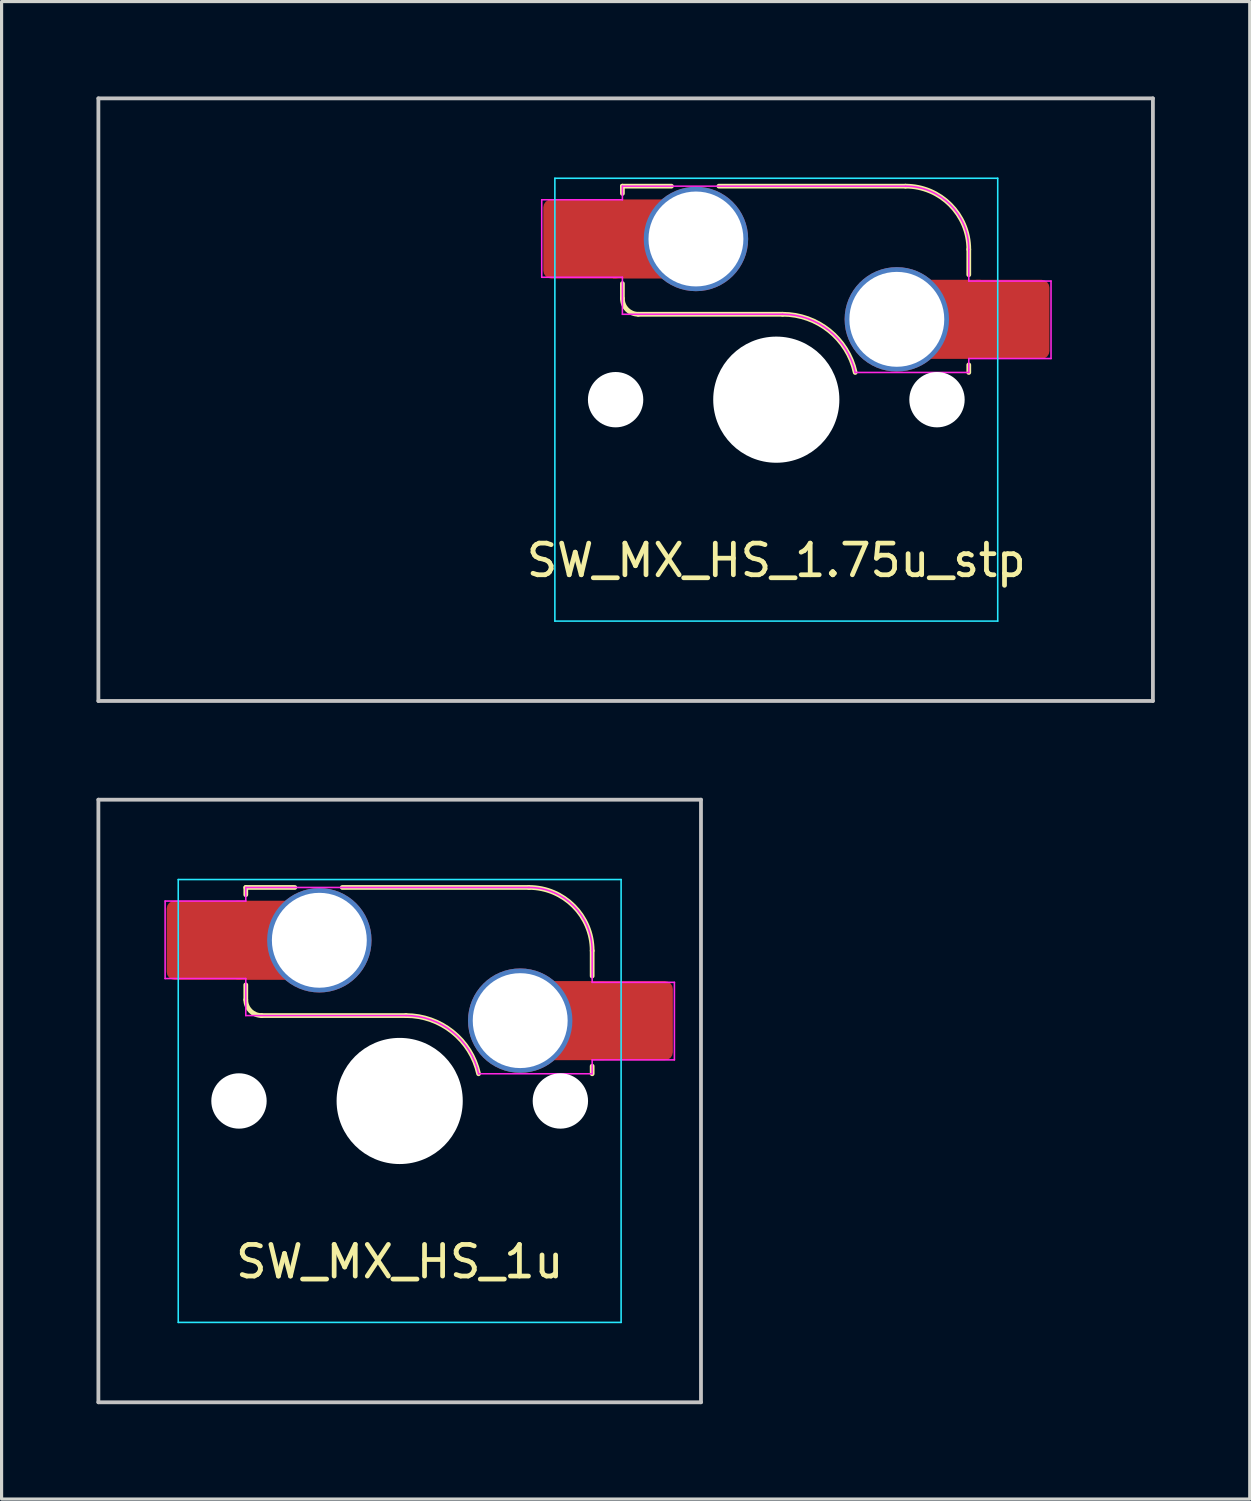
<source format=kicad_pcb>
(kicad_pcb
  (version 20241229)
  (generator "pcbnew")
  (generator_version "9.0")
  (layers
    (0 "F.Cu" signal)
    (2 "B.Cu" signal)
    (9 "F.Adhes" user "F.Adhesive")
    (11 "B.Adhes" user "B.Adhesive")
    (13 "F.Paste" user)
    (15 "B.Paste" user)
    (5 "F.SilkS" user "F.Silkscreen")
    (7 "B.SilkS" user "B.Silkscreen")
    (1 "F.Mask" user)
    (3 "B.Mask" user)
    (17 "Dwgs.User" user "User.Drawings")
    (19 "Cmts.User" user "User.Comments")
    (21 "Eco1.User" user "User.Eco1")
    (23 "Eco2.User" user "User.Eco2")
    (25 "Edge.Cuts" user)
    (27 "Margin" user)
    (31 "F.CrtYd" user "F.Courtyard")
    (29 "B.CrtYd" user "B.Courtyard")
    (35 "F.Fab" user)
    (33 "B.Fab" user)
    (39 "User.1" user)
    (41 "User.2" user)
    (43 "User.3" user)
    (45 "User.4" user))
  (footprint "SW_MX_HS_1.75u_stp"
    (layer "F.Cu")
    (at 21.491 9.585)
    (property "Reference" "SW_MX_HS_1.75u_stp" (at 0 5.08 0) (layer "F.SilkS") (effects (font (size 1 1) (thickness 0.15))))
    (attr smd)
    (fp_line (start -4.865 -6.75) (end -4.865 -6.52) (stroke (width 0.15) (type solid)) (layer "F.SilkS"))
    (fp_line (start -4.865 -3.67) (end -4.865 -3.2) (stroke (width 0.15) (type solid)) (layer "F.SilkS"))
    (fp_line (start -4.365 -2.7) (end 0.2 -2.7) (stroke (width 0.15) (type solid)) (layer "F.SilkS"))
    (fp_line (start -3.315 -6.75) (end -4.865 -6.75) (stroke (width 0.15) (type solid)) (layer "F.SilkS"))
    (fp_line (start 4.085 -6.75) (end -1.815 -6.75) (stroke (width 0.15) (type solid)) (layer "F.SilkS"))
    (fp_line (start 6.085 -3.95) (end 6.085 -4.75) (stroke (width 0.15) (type solid)) (layer "F.SilkS"))
    (fp_line (start 6.085 -1.1) (end 6.085 -0.86) (stroke (width 0.15) (type solid)) (layer "F.SilkS"))
    (fp_arc (start -4.364824 -2.70022) (mid -4.718377 -2.846667) (end -4.864824 -3.20022) (stroke (width 0.15) (type solid)) (layer "F.SilkS"))
    (fp_arc (start 0.2 -2.70022) (mid 1.670693 -2.183637) (end 2.494322 -0.86022) (stroke (width 0.15) (type solid)) (layer "F.SilkS"))
    (fp_arc (start 4.085176 -6.75022) (mid 5.49939 -6.164434) (end 6.085176 -4.75022) (stroke (width 0.15) (type solid)) (layer "F.SilkS"))
    (fp_line (start -21.431 -9.525) (end 11.906 -9.525) (stroke (width 0.12) (type solid)) (layer "Dwgs.User"))
    (fp_line (start -21.431 9.525) (end -21.431 -9.525) (stroke (width 0.12) (type solid)) (layer "Dwgs.User"))
    (fp_line (start 11.906 -9.525) (end 11.906 9.525) (stroke (width 0.12) (type solid)) (layer "Dwgs.User"))
    (fp_line (start 11.906 9.525) (end -21.431 9.525) (stroke (width 0.12) (type solid)) (layer "Dwgs.User"))
    (fp_line (start -7 -6.5) (end -7 6.5) (stroke (width 0.05) (type solid)) (layer "Eco2.User"))
    (fp_line (start -6.5 7) (end 6.5 7) (stroke (width 0.05) (type solid)) (layer "Eco2.User"))
    (fp_line (start 6.5 -7) (end -6.5 -7) (stroke (width 0.05) (type solid)) (layer "Eco2.User"))
    (fp_line (start 7 6.5) (end 7 -6.5) (stroke (width 0.05) (type solid)) (layer "Eco2.User"))
    (fp_arc (start -7 -6.5) (mid -6.853553 -6.853553) (end -6.5 -7) (stroke (width 0.05) (type solid)) (layer "Eco2.User"))
    (fp_arc (start -6.497236 6.998884) (mid -6.850789 6.852437) (end -6.997236 6.498884) (stroke (width 0.05) (type solid)) (layer "Eco2.User"))
    (fp_arc (start 6.5 -7) (mid 6.853553 -6.853553) (end 7 -6.5) (stroke (width 0.05) (type solid)) (layer "Eco2.User"))
    (fp_arc (start 7 6.5) (mid 6.853553 6.853553) (end 6.5 7) (stroke (width 0.05) (type solid)) (layer "Eco2.User"))
    (fp_line (start -7 -7) (end 7 -7) (stroke (width 0.05) (type solid)) (layer "B.CrtYd"))
    (fp_line (start -7 7) (end -7 -7) (stroke (width 0.05) (type solid)) (layer "B.CrtYd"))
    (fp_line (start 7 -7) (end 7 7) (stroke (width 0.05) (type solid)) (layer "B.CrtYd"))
    (fp_line (start 7 7) (end -7 7) (stroke (width 0.05) (type solid)) (layer "B.CrtYd"))
    (fp_line (start -7.415 -6.32) (end -4.865 -6.32) (stroke (width 0.05) (type solid)) (layer "F.CrtYd"))
    (fp_line (start -7.415 -3.87) (end -7.415 -6.32) (stroke (width 0.05) (type solid)) (layer "F.CrtYd"))
    (fp_line (start -4.865 -6.75) (end -4.865 -6.32) (stroke (width 0.05) (type solid)) (layer "F.CrtYd"))
    (fp_line (start -4.865 -3.87) (end -7.415 -3.87) (stroke (width 0.05) (type solid)) (layer "F.CrtYd"))
    (fp_line (start -4.865 -3.87) (end -4.865 -2.7) (stroke (width 0.05) (type solid)) (layer "F.CrtYd"))
    (fp_line (start -4.865 -2.7) (end 0.2 -2.7) (stroke (width 0.05) (type solid)) (layer "F.CrtYd"))
    (fp_line (start 4.085 -6.75) (end -4.865 -6.75) (stroke (width 0.05) (type solid)) (layer "F.CrtYd"))
    (fp_line (start 6.085 -3.75) (end 6.085 -4.75) (stroke (width 0.05) (type solid)) (layer "F.CrtYd"))
    (fp_line (start 6.085 -3.75) (end 8.685 -3.75) (stroke (width 0.05) (type solid)) (layer "F.CrtYd"))
    (fp_line (start 6.085 -1.3) (end 6.085 -0.86) (stroke (width 0.05) (type solid)) (layer "F.CrtYd"))
    (fp_line (start 6.085 -0.86) (end 2.494 -0.86) (stroke (width 0.05) (type solid)) (layer "F.CrtYd"))
    (fp_line (start 8.685 -3.75) (end 8.685 -1.3) (stroke (width 0.05) (type solid)) (layer "F.CrtYd"))
    (fp_line (start 8.685 -1.3) (end 6.085 -1.3) (stroke (width 0.05) (type solid)) (layer "F.CrtYd"))
    (fp_arc (start 0.2 -2.70022) (mid 1.670503 -2.183399) (end 2.494322 -0.86022) (stroke (width 0.05) (type solid)) (layer "F.CrtYd"))
    (fp_arc (start 4.085176 -6.75022) (mid 5.49939 -6.164434) (end 6.085176 -4.75022) (stroke (width 0.05) (type solid)) (layer "F.CrtYd"))
    (pad "" np_thru_hole circle (at -5.08 0) (size 1.75 1.75) (drill 1.75) (layers "*.Cu" "*.Mask"))
    (pad "" np_thru_hole circle (at 0 0) (size 3.988 3.988) (drill 3.988) (layers "*.Cu" "*.Mask"))
    (pad "" np_thru_hole circle (at 5.08 0) (size 1.75 1.75) (drill 1.75) (layers "*.Cu" "*.Mask"))
    (pad "1" thru_hole circle (at 3.81 -2.54) (size 3.3 3.3) (drill 3) (layers "*.Cu" "*.Mask"))
    (pad "1" smd rect (at 5.635 -2.54 180) (size 1.65 2.5) (layers "F.Cu"))
    (pad "1" smd roundrect (at 7.36 -2.54) (size 2.55 2.5) (layers "F.Cu" "F.Mask" "F.Paste") (roundrect_rratio 0.1))
    (pad "2" smd roundrect (at -6.09 -5.08) (size 2.55 2.5) (layers "F.Cu" "F.Mask" "F.Paste") (roundrect_rratio 0.1))
    (pad "2" smd rect (at -4.34 -5.08) (size 1.65 2.5) (layers "F.Cu"))
    (pad "2" thru_hole circle (at -2.54 -5.08) (size 3.3 3.3) (drill 3) (layers "*.Cu" "*.Mask")))
  (footprint "SW_MX_HS_1u"
    (layer "F.Cu")
    (at 9.585 31.755)
    (property "Reference" "SW_MX_HS_1u" (at 0 5.08 0) (layer "F.SilkS") (effects (font (size 1 1) (thickness 0.15))))
    (attr smd)
    (fp_line (start -4.865 -6.75) (end -4.865 -6.52) (stroke (width 0.15) (type solid)) (layer "F.SilkS"))
    (fp_line (start -4.865 -3.67) (end -4.865 -3.2) (stroke (width 0.15) (type solid)) (layer "F.SilkS"))
    (fp_line (start -4.365 -2.7) (end 0.2 -2.7) (stroke (width 0.15) (type solid)) (layer "F.SilkS"))
    (fp_line (start -3.315 -6.75) (end -4.865 -6.75) (stroke (width 0.15) (type solid)) (layer "F.SilkS"))
    (fp_line (start 4.085 -6.75) (end -1.815 -6.75) (stroke (width 0.15) (type solid)) (layer "F.SilkS"))
    (fp_line (start 6.085 -3.95) (end 6.085 -4.75) (stroke (width 0.15) (type solid)) (layer "F.SilkS"))
    (fp_line (start 6.085 -1.1) (end 6.085 -0.86) (stroke (width 0.15) (type solid)) (layer "F.SilkS"))
    (fp_arc (start -4.364824 -2.70022) (mid -4.718377 -2.846667) (end -4.864824 -3.20022) (stroke (width 0.15) (type solid)) (layer "F.SilkS"))
    (fp_arc (start 0.2 -2.70022) (mid 1.670693 -2.183637) (end 2.494322 -0.86022) (stroke (width 0.15) (type solid)) (layer "F.SilkS"))
    (fp_arc (start 4.085176 -6.75022) (mid 5.49939 -6.164434) (end 6.085176 -4.75022) (stroke (width 0.15) (type solid)) (layer "F.SilkS"))
    (fp_line (start -9.525 -9.525) (end 9.525 -9.525) (stroke (width 0.12) (type solid)) (layer "Dwgs.User"))
    (fp_line (start -9.525 9.525) (end -9.525 -9.525) (stroke (width 0.12) (type solid)) (layer "Dwgs.User"))
    (fp_line (start 9.525 -9.525) (end 9.525 9.525) (stroke (width 0.12) (type solid)) (layer "Dwgs.User"))
    (fp_line (start 9.525 9.525) (end -9.525 9.525) (stroke (width 0.12) (type solid)) (layer "Dwgs.User"))
    (fp_line (start -7 -6.5) (end -7 6.5) (stroke (width 0.05) (type solid)) (layer "Eco2.User"))
    (fp_line (start -6.5 7) (end 6.5 7) (stroke (width 0.05) (type solid)) (layer "Eco2.User"))
    (fp_line (start 6.5 -7) (end -6.5 -7) (stroke (width 0.05) (type solid)) (layer "Eco2.User"))
    (fp_line (start 7 6.5) (end 7 -6.5) (stroke (width 0.05) (type solid)) (layer "Eco2.User"))
    (fp_arc (start -7 -6.5) (mid -6.853553 -6.853553) (end -6.5 -7) (stroke (width 0.05) (type solid)) (layer "Eco2.User"))
    (fp_arc (start -6.497236 6.998884) (mid -6.850789 6.852437) (end -6.997236 6.498884) (stroke (width 0.05) (type solid)) (layer "Eco2.User"))
    (fp_arc (start 6.5 -7) (mid 6.853553 -6.853553) (end 7 -6.5) (stroke (width 0.05) (type solid)) (layer "Eco2.User"))
    (fp_arc (start 7 6.5) (mid 6.853553 6.853553) (end 6.5 7) (stroke (width 0.05) (type solid)) (layer "Eco2.User"))
    (fp_line (start -7 -7) (end 7 -7) (stroke (width 0.05) (type solid)) (layer "B.CrtYd"))
    (fp_line (start -7 7) (end -7 -7) (stroke (width 0.05) (type solid)) (layer "B.CrtYd"))
    (fp_line (start 7 -7) (end 7 7) (stroke (width 0.05) (type solid)) (layer "B.CrtYd"))
    (fp_line (start 7 7) (end -7 7) (stroke (width 0.05) (type solid)) (layer "B.CrtYd"))
    (fp_line (start -7.415 -6.32) (end -4.865 -6.32) (stroke (width 0.05) (type solid)) (layer "F.CrtYd"))
    (fp_line (start -7.415 -3.87) (end -7.415 -6.32) (stroke (width 0.05) (type solid)) (layer "F.CrtYd"))
    (fp_line (start -4.865 -6.75) (end -4.865 -6.32) (stroke (width 0.05) (type solid)) (layer "F.CrtYd"))
    (fp_line (start -4.865 -3.87) (end -7.415 -3.87) (stroke (width 0.05) (type solid)) (layer "F.CrtYd"))
    (fp_line (start -4.865 -3.87) (end -4.865 -2.7) (stroke (width 0.05) (type solid)) (layer "F.CrtYd"))
    (fp_line (start -4.865 -2.7) (end 0.2 -2.7) (stroke (width 0.05) (type solid)) (layer "F.CrtYd"))
    (fp_line (start 4.085 -6.75) (end -4.865 -6.75) (stroke (width 0.05) (type solid)) (layer "F.CrtYd"))
    (fp_line (start 6.085 -3.75) (end 6.085 -4.75) (stroke (width 0.05) (type solid)) (layer "F.CrtYd"))
    (fp_line (start 6.085 -3.75) (end 8.685 -3.75) (stroke (width 0.05) (type solid)) (layer "F.CrtYd"))
    (fp_line (start 6.085 -1.3) (end 6.085 -0.86) (stroke (width 0.05) (type solid)) (layer "F.CrtYd"))
    (fp_line (start 6.085 -0.86) (end 2.494 -0.86) (stroke (width 0.05) (type solid)) (layer "F.CrtYd"))
    (fp_line (start 8.685 -3.75) (end 8.685 -1.3) (stroke (width 0.05) (type solid)) (layer "F.CrtYd"))
    (fp_line (start 8.685 -1.3) (end 6.085 -1.3) (stroke (width 0.05) (type solid)) (layer "F.CrtYd"))
    (fp_arc (start 0.2 -2.70022) (mid 1.670503 -2.183399) (end 2.494322 -0.86022) (stroke (width 0.05) (type solid)) (layer "F.CrtYd"))
    (fp_arc (start 4.085176 -6.75022) (mid 5.49939 -6.164434) (end 6.085176 -4.75022) (stroke (width 0.05) (type solid)) (layer "F.CrtYd"))
    (pad "" np_thru_hole circle (at -5.08 0) (size 1.75 1.75) (drill 1.75) (layers "*.Cu" "*.Mask"))
    (pad "" np_thru_hole circle (at 0 0) (size 3.988 3.988) (drill 3.988) (layers "*.Cu" "*.Mask"))
    (pad "" np_thru_hole circle (at 5.08 0) (size 1.75 1.75) (drill 1.75) (layers "*.Cu" "*.Mask"))
    (pad "1" thru_hole circle (at 3.81 -2.54) (size 3.3 3.3) (drill 3) (layers "*.Cu" "*.Mask"))
    (pad "1" smd rect (at 5.635 -2.54 180) (size 1.65 2.5) (layers "F.Cu"))
    (pad "1" smd roundrect (at 7.36 -2.54) (size 2.55 2.5) (layers "F.Cu" "F.Mask" "F.Paste") (roundrect_rratio 0.1))
    (pad "2" smd roundrect (at -6.09 -5.08) (size 2.55 2.5) (layers "F.Cu" "F.Mask" "F.Paste") (roundrect_rratio 0.1))
    (pad "2" smd rect (at -4.34 -5.08) (size 1.65 2.5) (layers "F.Cu"))
    (pad "2" thru_hole circle (at -2.54 -5.08) (size 3.3 3.3) (drill 3) (layers "*.Cu" "*.Mask")))
  (gr_rect
    (start -3 -3)
    (end 36.458 44.34)
    (stroke (width 0.1) (type default))
    (fill no)
    (layer "Edge.Cuts")))
</source>
